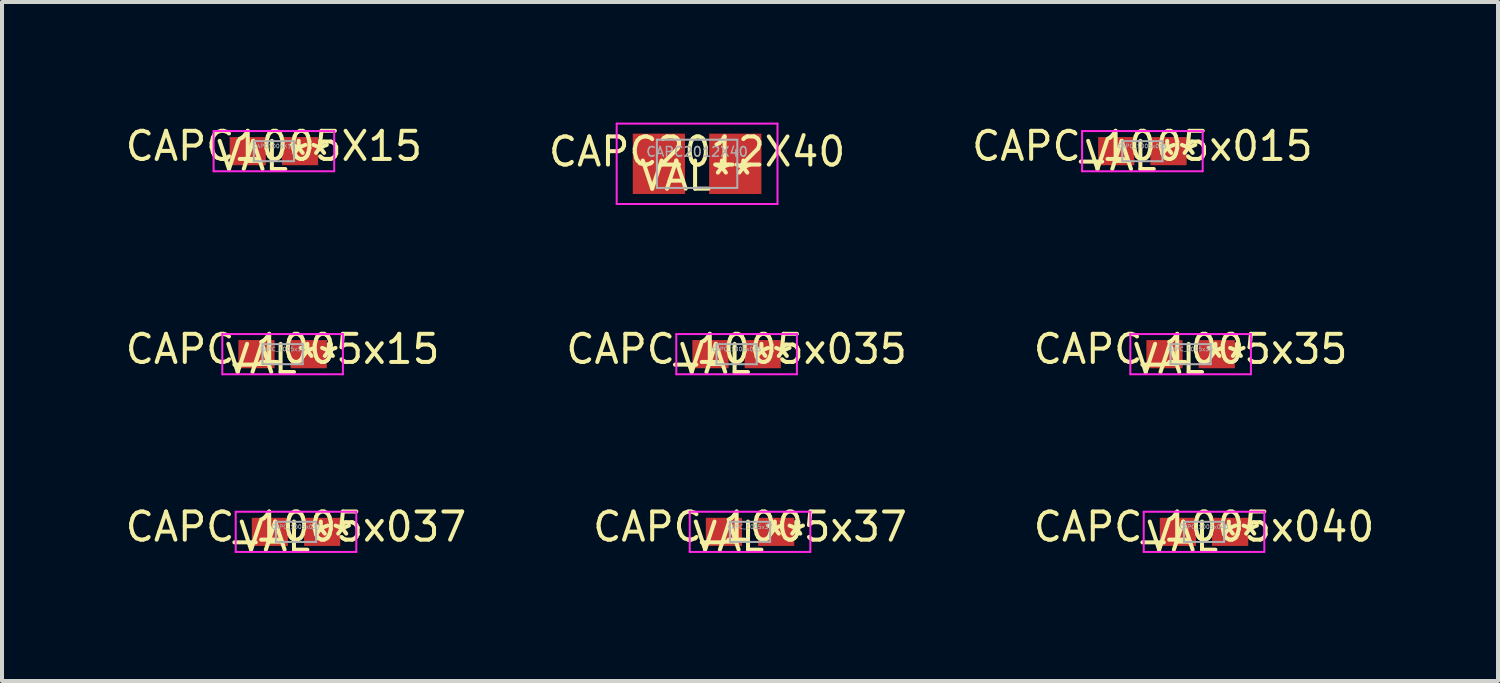
<source format=kicad_pcb>
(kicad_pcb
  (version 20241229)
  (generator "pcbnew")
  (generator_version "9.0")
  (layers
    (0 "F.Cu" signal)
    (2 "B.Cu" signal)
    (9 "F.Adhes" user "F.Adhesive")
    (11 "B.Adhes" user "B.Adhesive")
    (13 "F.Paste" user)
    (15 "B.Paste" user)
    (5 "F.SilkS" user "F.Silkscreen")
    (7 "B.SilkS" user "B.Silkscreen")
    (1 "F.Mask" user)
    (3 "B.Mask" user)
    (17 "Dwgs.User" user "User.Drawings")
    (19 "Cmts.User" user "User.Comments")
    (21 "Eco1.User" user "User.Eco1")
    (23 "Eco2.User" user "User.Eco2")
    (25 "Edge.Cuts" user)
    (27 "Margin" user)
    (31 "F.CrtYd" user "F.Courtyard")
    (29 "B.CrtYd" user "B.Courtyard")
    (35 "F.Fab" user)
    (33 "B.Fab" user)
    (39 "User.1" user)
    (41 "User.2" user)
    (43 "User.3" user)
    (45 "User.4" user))
  (footprint "CAPC_1005x015"
    (layer "F.Cu")
    (at 25.367 0.71)
    (property "Reference" "CAPC_1005x015" (at 0 -0.125 0) (layer "F.Fab") (effects (font (size 0.1 0.1) (thickness 0.015))))
    (property "Value" "VAL**" (at 0 0.125 0) (layer "F.Fab") (hide yes) (effects (font (size 0.1 0.1) (thickness 0.015))))
    (attr smd)
    (fp_line (start -1.5 -0.5) (end 1.5 -0.5) (stroke (width 0.05) (type solid)) (layer "F.CrtYd"))
    (fp_line (start -1.5 0.5) (end -1.5 -0.5) (stroke (width 0.05) (type solid)) (layer "F.CrtYd"))
    (fp_line (start 1.5 -0.5) (end 1.5 0.5) (stroke (width 0.05) (type solid)) (layer "F.CrtYd"))
    (fp_line (start 1.5 0.5) (end -1.5 0.5) (stroke (width 0.05) (type solid)) (layer "F.CrtYd"))
    (fp_line (start -0.5 -0.25) (end 0.5 -0.25) (stroke (width 0.05) (type solid)) (layer "F.Fab"))
    (fp_line (start -0.5 0.25) (end -0.5 -0.25) (stroke (width 0.05) (type solid)) (layer "F.Fab"))
    (fp_line (start 0.5 -0.25) (end 0.5 0.25) (stroke (width 0.05) (type solid)) (layer "F.Fab"))
    (fp_line (start 0.5 0.25) (end -0.5 0.25) (stroke (width 0.05) (type solid)) (layer "F.Fab"))
    (fp_text user "${REFERENCE}" (at 0 -0.125 0) (layer "F.SilkS") (effects (font (size 0.7 0.7) (thickness 0.1))))
    (fp_text user "${VALUE}" (at 0 0.125 0) (layer "F.SilkS") (effects (font (size 0.7 0.7) (thickness 0.1))))
    (pad "1" smd rect (at -0.65 0) (size 0.9 0.7) (layers "F.Cu" "F.Mask" "F.Paste"))
    (pad "2" smd rect (at 0.65 0) (size 0.9 0.7) (layers "F.Cu" "F.Mask" "F.Paste")))
  (footprint "CAPC_1005x37"
    (layer "F.Cu")
    (at 15.607 10.18)
    (property "Reference" "CAPC_1005x37" (at 0 -0.125 0) (layer "F.Fab") (effects (font (size 0.1 0.1) (thickness 0.015))))
    (property "Value" "VAL**" (at 0 0.125 0) (layer "F.Fab") (hide yes) (effects (font (size 0.1 0.1) (thickness 0.015))))
    (attr smd)
    (fp_line (start -1.5 -0.5) (end 1.5 -0.5) (stroke (width 0.05) (type solid)) (layer "F.CrtYd"))
    (fp_line (start -1.5 0.5) (end -1.5 -0.5) (stroke (width 0.05) (type solid)) (layer "F.CrtYd"))
    (fp_line (start 1.5 -0.5) (end 1.5 0.5) (stroke (width 0.05) (type solid)) (layer "F.CrtYd"))
    (fp_line (start 1.5 0.5) (end -1.5 0.5) (stroke (width 0.05) (type solid)) (layer "F.CrtYd"))
    (fp_line (start -0.5 -0.25) (end 0.5 -0.25) (stroke (width 0.05) (type solid)) (layer "F.Fab"))
    (fp_line (start -0.5 0.25) (end -0.5 -0.25) (stroke (width 0.05) (type solid)) (layer "F.Fab"))
    (fp_line (start 0.5 -0.25) (end 0.5 0.25) (stroke (width 0.05) (type solid)) (layer "F.Fab"))
    (fp_line (start 0.5 0.25) (end -0.5 0.25) (stroke (width 0.05) (type solid)) (layer "F.Fab"))
    (fp_text user "${REFERENCE}" (at 0 -0.125 0) (layer "F.SilkS") (effects (font (size 0.7 0.7) (thickness 0.1))))
    (fp_text user "${VALUE}" (at 0 0.125 0) (layer "F.SilkS") (effects (font (size 0.7 0.7) (thickness 0.1))))
    (pad "1" smd rect (at -0.65 0) (size 0.9 0.7) (layers "F.Cu" "F.Mask" "F.Paste"))
    (pad "2" smd rect (at 0.65 0) (size 0.9 0.7) (layers "F.Cu" "F.Mask" "F.Paste")))
  (footprint "CAPC2012X40"
    (layer "F.Cu")
    (at 14.29 1.025)
    (property "Reference" "CAPC2012X40" (at 0 -0.3 0) (layer "F.Fab") (effects (font (size 0.24 0.24) (thickness 0.036))))
    (property "Value" "VAL**" (at 0 0.3 0) (layer "F.Fab") (hide yes) (effects (font (size 0.24 0.24) (thickness 0.036))))
    (attr smd)
    (fp_line (start -2 -1) (end 2 -1) (stroke (width 0.05) (type solid)) (layer "F.CrtYd"))
    (fp_line (start -2 1) (end -2 -1) (stroke (width 0.05) (type solid)) (layer "F.CrtYd"))
    (fp_line (start 2 -1) (end 2 1) (stroke (width 0.05) (type solid)) (layer "F.CrtYd"))
    (fp_line (start 2 1) (end -2 1) (stroke (width 0.05) (type solid)) (layer "F.CrtYd"))
    (fp_line (start -1 -0.6) (end 1 -0.6) (stroke (width 0.05) (type solid)) (layer "F.Fab"))
    (fp_line (start -1 0.6) (end -1 -0.6) (stroke (width 0.05) (type solid)) (layer "F.Fab"))
    (fp_line (start 1 -0.6) (end 1 0.6) (stroke (width 0.05) (type solid)) (layer "F.Fab"))
    (fp_line (start 1 0.6) (end -1 0.6) (stroke (width 0.05) (type solid)) (layer "F.Fab"))
    (fp_text user "${REFERENCE}" (at 0 -0.3 0) (layer "F.SilkS") (effects (font (size 0.7 0.7) (thickness 0.1))))
    (fp_text user "${VALUE}" (at 0 0.3 0) (layer "F.SilkS") (effects (font (size 0.7 0.7) (thickness 0.1))))
    (pad "1" smd rect (at -0.95 0) (size 1.3 1.5) (layers "F.Cu" "F.Mask" "F.Paste"))
    (pad "2" smd rect (at 0.95 0) (size 1.3 1.5) (layers "F.Cu" "F.Mask" "F.Paste")))
  (footprint "CAPC1005X15"
    (layer "F.Cu")
    (at 3.763 0.71)
    (property "Reference" "CAPC1005X15" (at 0 -0.125 0) (layer "F.Fab") (effects (font (size 0.1 0.1) (thickness 0.015))))
    (property "Value" "VAL**" (at 0 0.125 0) (layer "F.Fab") (hide yes) (effects (font (size 0.1 0.1) (thickness 0.015))))
    (attr smd)
    (fp_line (start -1.5 -0.5) (end 1.5 -0.5) (stroke (width 0.05) (type solid)) (layer "F.CrtYd"))
    (fp_line (start -1.5 0.5) (end -1.5 -0.5) (stroke (width 0.05) (type solid)) (layer "F.CrtYd"))
    (fp_line (start 1.5 -0.5) (end 1.5 0.5) (stroke (width 0.05) (type solid)) (layer "F.CrtYd"))
    (fp_line (start 1.5 0.5) (end -1.5 0.5) (stroke (width 0.05) (type solid)) (layer "F.CrtYd"))
    (fp_line (start -0.5 -0.25) (end 0.5 -0.25) (stroke (width 0.05) (type solid)) (layer "F.Fab"))
    (fp_line (start -0.5 0.25) (end -0.5 -0.25) (stroke (width 0.05) (type solid)) (layer "F.Fab"))
    (fp_line (start 0.5 -0.25) (end 0.5 0.25) (stroke (width 0.05) (type solid)) (layer "F.Fab"))
    (fp_line (start 0.5 0.25) (end -0.5 0.25) (stroke (width 0.05) (type solid)) (layer "F.Fab"))
    (fp_text user "${REFERENCE}" (at 0 -0.125 0) (layer "F.SilkS") (effects (font (size 0.7 0.7) (thickness 0.1))))
    (fp_text user "${VALUE}" (at 0 0.125 0) (layer "F.SilkS") (effects (font (size 0.7 0.7) (thickness 0.1))))
    (pad "1" smd rect (at -0.65 0) (size 0.9 0.7) (layers "F.Cu" "F.Mask" "F.Paste"))
    (pad "2" smd rect (at 0.65 0) (size 0.9 0.7) (layers "F.Cu" "F.Mask" "F.Paste")))
  (footprint "CAPC_1005x037"
    (layer "F.Cu")
    (at 4.313 10.18)
    (property "Reference" "CAPC_1005x037" (at 0 -0.125 0) (layer "F.Fab") (effects (font (size 0.1 0.1) (thickness 0.015))))
    (property "Value" "VAL**" (at 0 0.125 0) (layer "F.Fab") (hide yes) (effects (font (size 0.1 0.1) (thickness 0.015))))
    (attr smd)
    (fp_line (start -1.5 -0.5) (end 1.5 -0.5) (stroke (width 0.05) (type solid)) (layer "F.CrtYd"))
    (fp_line (start -1.5 0.5) (end -1.5 -0.5) (stroke (width 0.05) (type solid)) (layer "F.CrtYd"))
    (fp_line (start 1.5 -0.5) (end 1.5 0.5) (stroke (width 0.05) (type solid)) (layer "F.CrtYd"))
    (fp_line (start 1.5 0.5) (end -1.5 0.5) (stroke (width 0.05) (type solid)) (layer "F.CrtYd"))
    (fp_line (start -0.5 -0.25) (end 0.5 -0.25) (stroke (width 0.05) (type solid)) (layer "F.Fab"))
    (fp_line (start -0.5 0.25) (end -0.5 -0.25) (stroke (width 0.05) (type solid)) (layer "F.Fab"))
    (fp_line (start 0.5 -0.25) (end 0.5 0.25) (stroke (width 0.05) (type solid)) (layer "F.Fab"))
    (fp_line (start 0.5 0.25) (end -0.5 0.25) (stroke (width 0.05) (type solid)) (layer "F.Fab"))
    (fp_text user "${VALUE}" (at 0 0.125 0) (layer "F.SilkS") (effects (font (size 0.7 0.7) (thickness 0.1))))
    (fp_text user "${REFERENCE}" (at 0 -0.125 0) (layer "F.SilkS") (effects (font (size 0.7 0.7) (thickness 0.1))))
    (pad "1" smd rect (at -0.65 0) (size 0.9 0.7) (layers "F.Cu" "F.Mask" "F.Paste"))
    (pad "2" smd rect (at 0.65 0) (size 0.9 0.7) (layers "F.Cu" "F.Mask" "F.Paste")))
  (footprint "CAPC_1005x040"
    (layer "F.Cu")
    (at 26.9 10.18)
    (property "Reference" "CAPC_1005x040" (at 0 -0.125 0) (layer "F.Fab") (effects (font (size 0.1 0.1) (thickness 0.015))))
    (property "Value" "VAL**" (at 0 0.125 0) (layer "F.Fab") (hide yes) (effects (font (size 0.1 0.1) (thickness 0.015))))
    (attr smd)
    (fp_line (start -1.5 -0.5) (end 1.5 -0.5) (stroke (width 0.05) (type solid)) (layer "F.CrtYd"))
    (fp_line (start -1.5 0.5) (end -1.5 -0.5) (stroke (width 0.05) (type solid)) (layer "F.CrtYd"))
    (fp_line (start 1.5 -0.5) (end 1.5 0.5) (stroke (width 0.05) (type solid)) (layer "F.CrtYd"))
    (fp_line (start 1.5 0.5) (end -1.5 0.5) (stroke (width 0.05) (type solid)) (layer "F.CrtYd"))
    (fp_line (start -0.5 -0.25) (end 0.5 -0.25) (stroke (width 0.05) (type solid)) (layer "F.Fab"))
    (fp_line (start -0.5 0.25) (end -0.5 -0.25) (stroke (width 0.05) (type solid)) (layer "F.Fab"))
    (fp_line (start 0.5 -0.25) (end 0.5 0.25) (stroke (width 0.05) (type solid)) (layer "F.Fab"))
    (fp_line (start 0.5 0.25) (end -0.5 0.25) (stroke (width 0.05) (type solid)) (layer "F.Fab"))
    (fp_text user "${REFERENCE}" (at 0 -0.125 0) (layer "F.SilkS") (effects (font (size 0.7 0.7) (thickness 0.1))))
    (fp_text user "${VALUE}" (at 0 0.125 0) (layer "F.SilkS") (effects (font (size 0.7 0.7) (thickness 0.1))))
    (pad "1" smd rect (at -0.65 0) (size 0.9 0.7) (layers "F.Cu" "F.Mask" "F.Paste"))
    (pad "2" smd rect (at 0.65 0) (size 0.9 0.7) (layers "F.Cu" "F.Mask" "F.Paste")))
  (footprint "CAPC_1005x35"
    (layer "F.Cu")
    (at 26.567 5.76)
    (property "Reference" "CAPC_1005x35" (at 0 -0.125 0) (layer "F.Fab") (effects (font (size 0.1 0.1) (thickness 0.015))))
    (property "Value" "VAL**" (at 0 0.125 0) (layer "F.Fab") (hide yes) (effects (font (size 0.1 0.1) (thickness 0.015))))
    (attr smd)
    (fp_line (start -1.5 -0.5) (end 1.5 -0.5) (stroke (width 0.05) (type solid)) (layer "F.CrtYd"))
    (fp_line (start -1.5 0.5) (end -1.5 -0.5) (stroke (width 0.05) (type solid)) (layer "F.CrtYd"))
    (fp_line (start 1.5 -0.5) (end 1.5 0.5) (stroke (width 0.05) (type solid)) (layer "F.CrtYd"))
    (fp_line (start 1.5 0.5) (end -1.5 0.5) (stroke (width 0.05) (type solid)) (layer "F.CrtYd"))
    (fp_line (start -0.5 -0.25) (end 0.5 -0.25) (stroke (width 0.05) (type solid)) (layer "F.Fab"))
    (fp_line (start -0.5 0.25) (end -0.5 -0.25) (stroke (width 0.05) (type solid)) (layer "F.Fab"))
    (fp_line (start 0.5 -0.25) (end 0.5 0.25) (stroke (width 0.05) (type solid)) (layer "F.Fab"))
    (fp_line (start 0.5 0.25) (end -0.5 0.25) (stroke (width 0.05) (type solid)) (layer "F.Fab"))
    (fp_text user "${REFERENCE}" (at 0 -0.125 0) (layer "F.SilkS") (effects (font (size 0.7 0.7) (thickness 0.1))))
    (fp_text user "${VALUE}" (at 0 0.125 0) (layer "F.SilkS") (effects (font (size 0.7 0.7) (thickness 0.1))))
    (pad "1" smd rect (at -0.65 0) (size 0.9 0.7) (layers "F.Cu" "F.Mask" "F.Paste"))
    (pad "2" smd rect (at 0.65 0) (size 0.9 0.7) (layers "F.Cu" "F.Mask" "F.Paste")))
  (footprint "CAPC_1005x035"
    (layer "F.Cu")
    (at 15.273 5.76)
    (property "Reference" "CAPC_1005x035" (at 0 -0.125 0) (layer "F.Fab") (effects (font (size 0.1 0.1) (thickness 0.015))))
    (property "Value" "VAL**" (at 0 0.125 0) (layer "F.Fab") (hide yes) (effects (font (size 0.1 0.1) (thickness 0.015))))
    (attr smd)
    (fp_line (start -1.5 -0.5) (end 1.5 -0.5) (stroke (width 0.05) (type solid)) (layer "F.CrtYd"))
    (fp_line (start -1.5 0.5) (end -1.5 -0.5) (stroke (width 0.05) (type solid)) (layer "F.CrtYd"))
    (fp_line (start 1.5 -0.5) (end 1.5 0.5) (stroke (width 0.05) (type solid)) (layer "F.CrtYd"))
    (fp_line (start 1.5 0.5) (end -1.5 0.5) (stroke (width 0.05) (type solid)) (layer "F.CrtYd"))
    (fp_line (start -0.5 -0.25) (end 0.5 -0.25) (stroke (width 0.05) (type solid)) (layer "F.Fab"))
    (fp_line (start -0.5 0.25) (end -0.5 -0.25) (stroke (width 0.05) (type solid)) (layer "F.Fab"))
    (fp_line (start 0.5 -0.25) (end 0.5 0.25) (stroke (width 0.05) (type solid)) (layer "F.Fab"))
    (fp_line (start 0.5 0.25) (end -0.5 0.25) (stroke (width 0.05) (type solid)) (layer "F.Fab"))
    (fp_text user "${VALUE}" (at 0 0.125 0) (layer "F.SilkS") (effects (font (size 0.7 0.7) (thickness 0.1))))
    (fp_text user "${REFERENCE}" (at 0 -0.125 0) (layer "F.SilkS") (effects (font (size 0.7 0.7) (thickness 0.1))))
    (pad "1" smd rect (at -0.65 0) (size 0.9 0.7) (layers "F.Cu" "F.Mask" "F.Paste"))
    (pad "2" smd rect (at 0.65 0) (size 0.9 0.7) (layers "F.Cu" "F.Mask" "F.Paste")))
  (footprint "CAPC_1005x15"
    (layer "F.Cu")
    (at 3.98 5.76)
    (property "Reference" "CAPC_1005x15" (at 0 -0.125 0) (layer "F.Fab") (effects (font (size 0.1 0.1) (thickness 0.015))))
    (property "Value" "VAL**" (at 0 0.125 0) (layer "F.Fab") (hide yes) (effects (font (size 0.1 0.1) (thickness 0.015))))
    (attr smd)
    (fp_line (start -1.5 -0.5) (end 1.5 -0.5) (stroke (width 0.05) (type solid)) (layer "F.CrtYd"))
    (fp_line (start -1.5 0.5) (end -1.5 -0.5) (stroke (width 0.05) (type solid)) (layer "F.CrtYd"))
    (fp_line (start 1.5 -0.5) (end 1.5 0.5) (stroke (width 0.05) (type solid)) (layer "F.CrtYd"))
    (fp_line (start 1.5 0.5) (end -1.5 0.5) (stroke (width 0.05) (type solid)) (layer "F.CrtYd"))
    (fp_line (start -0.5 -0.25) (end 0.5 -0.25) (stroke (width 0.05) (type solid)) (layer "F.Fab"))
    (fp_line (start -0.5 0.25) (end -0.5 -0.25) (stroke (width 0.05) (type solid)) (layer "F.Fab"))
    (fp_line (start 0.5 -0.25) (end 0.5 0.25) (stroke (width 0.05) (type solid)) (layer "F.Fab"))
    (fp_line (start 0.5 0.25) (end -0.5 0.25) (stroke (width 0.05) (type solid)) (layer "F.Fab"))
    (fp_text user "${REFERENCE}" (at 0 -0.125 0) (layer "F.SilkS") (effects (font (size 0.7 0.7) (thickness 0.1))))
    (fp_text user "${VALUE}" (at 0 0.125 0) (layer "F.SilkS") (effects (font (size 0.7 0.7) (thickness 0.1))))
    (pad "1" smd rect (at -0.65 0) (size 0.9 0.7) (layers "F.Cu" "F.Mask" "F.Paste"))
    (pad "2" smd rect (at 0.65 0) (size 0.9 0.7) (layers "F.Cu" "F.Mask" "F.Paste")))
  (gr_rect
    (start -3 -3)
    (end 34.213 13.89)
    (stroke (width 0.1) (type default))
    (fill no)
    (layer "Edge.Cuts")))
</source>
